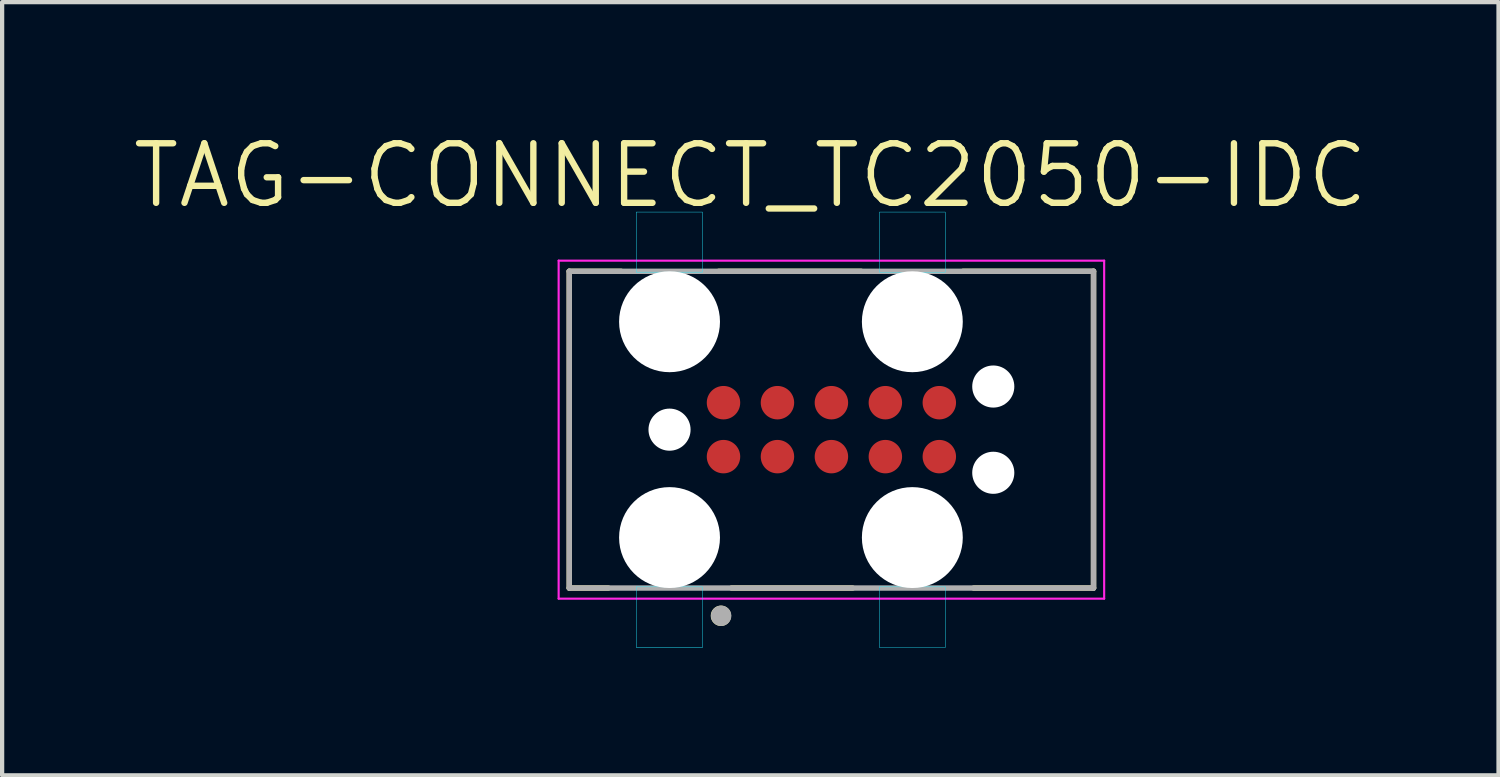
<source format=kicad_pcb>
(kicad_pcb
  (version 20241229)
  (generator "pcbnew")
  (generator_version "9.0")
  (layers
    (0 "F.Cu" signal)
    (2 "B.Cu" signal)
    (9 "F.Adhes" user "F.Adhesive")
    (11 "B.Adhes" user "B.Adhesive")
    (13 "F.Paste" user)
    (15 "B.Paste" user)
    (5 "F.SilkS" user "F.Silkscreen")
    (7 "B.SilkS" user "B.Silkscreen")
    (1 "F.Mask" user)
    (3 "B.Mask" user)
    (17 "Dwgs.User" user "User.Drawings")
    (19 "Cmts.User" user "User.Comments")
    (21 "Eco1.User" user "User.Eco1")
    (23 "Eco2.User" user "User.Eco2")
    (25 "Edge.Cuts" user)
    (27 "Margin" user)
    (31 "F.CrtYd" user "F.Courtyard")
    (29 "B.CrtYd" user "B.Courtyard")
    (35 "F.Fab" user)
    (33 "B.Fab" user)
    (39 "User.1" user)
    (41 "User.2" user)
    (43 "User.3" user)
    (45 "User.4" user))
  (footprint "TAG-CONNECT_TC2050-IDC"
    (layer "F.Cu")
    (at 16.519 7.063)
    (property "Reference" "TAG-CONNECT_TC2050-IDC" (at -1.908 -5.98 0) (layer "F.SilkS") (effects (font (size 1.402 1.402) (thickness 0.15))))
    (attr through_hole)
    (fp_line (start -6.17 -3.728) (end -4.95 -3.728) (stroke (width 0.127) (type solid)) (layer "F.SilkS"))
    (fp_line (start -6.17 3.728) (end -6.17 -3.728) (stroke (width 0.127) (type solid)) (layer "F.SilkS"))
    (fp_line (start -5.25 3.728) (end -6.17 3.728) (stroke (width 0.127) (type solid)) (layer "F.SilkS"))
    (fp_line (start -2.65 -3.728) (end 0.7 -3.728) (stroke (width 0.127) (type solid)) (layer "F.SilkS"))
    (fp_line (start 0.5 3.728) (end -2.35 3.728) (stroke (width 0.127) (type solid)) (layer "F.SilkS"))
    (fp_line (start 3.1 -3.728) (end 6.17 -3.728) (stroke (width 0.127) (type solid)) (layer "F.SilkS"))
    (fp_line (start 6.17 -3.728) (end 6.17 3.728) (stroke (width 0.127) (type solid)) (layer "F.SilkS"))
    (fp_line (start 6.17 3.728) (end 3.35 3.728) (stroke (width 0.127) (type solid)) (layer "F.SilkS"))
    (fp_circle (center -2.6 4.381) (end -2.48 4.381) (stroke (width 0.24) (type solid)) (fill no) (layer "F.SilkS"))
    (fp_poly (pts (xy -4.593 -5.122) (xy -3.035 -5.122) (xy -3.035 -3.707) (xy -4.593 -3.707)) (stroke (width 0.01) (type solid)) (fill no) (layer "B.CrtYd"))
    (fp_poly (pts (xy -4.59 3.7) (xy -3.035 3.7) (xy -3.035 5.129) (xy -4.59 5.129)) (stroke (width 0.01) (type solid)) (fill no) (layer "B.CrtYd"))
    (fp_poly (pts (xy 1.132 -5.122) (xy 2.679 -5.122) (xy 2.679 -3.706) (xy 1.132 -3.706)) (stroke (width 0.01) (type solid)) (fill no) (layer "B.CrtYd"))
    (fp_poly (pts (xy 1.132 3.7) (xy 2.679 3.7) (xy 2.679 5.13) (xy 1.132 5.13)) (stroke (width 0.01) (type solid)) (fill no) (layer "B.CrtYd"))
    (fp_line (start -6.42 -3.978) (end 6.42 -3.978) (stroke (width 0.05) (type solid)) (layer "F.CrtYd"))
    (fp_line (start -6.42 3.978) (end -6.42 -3.978) (stroke (width 0.05) (type solid)) (layer "F.CrtYd"))
    (fp_line (start 6.42 -3.978) (end 6.42 3.978) (stroke (width 0.05) (type solid)) (layer "F.CrtYd"))
    (fp_line (start 6.42 3.978) (end -6.42 3.978) (stroke (width 0.05) (type solid)) (layer "F.CrtYd"))
    (fp_line (start -6.17 -3.728) (end 6.17 -3.728) (stroke (width 0.127) (type solid)) (layer "F.Fab"))
    (fp_line (start -6.17 3.728) (end -6.17 -3.728) (stroke (width 0.127) (type solid)) (layer "F.Fab"))
    (fp_line (start 6.17 -3.728) (end 6.17 3.728) (stroke (width 0.127) (type solid)) (layer "F.Fab"))
    (fp_line (start 6.17 3.728) (end -6.17 3.728) (stroke (width 0.127) (type solid)) (layer "F.Fab"))
    (fp_circle (center -2.595 4.381) (end -2.475 4.381) (stroke (width 0.24) (type solid)) (fill no) (layer "F.Fab"))
    (pad "" np_thru_hole circle (at -3.81 -2.54) (size 2.375 2.375) (drill 2.375) (layers "*.Cu" "*.Mask"))
    (pad "" np_thru_hole circle (at -3.81 0) (size 0.991 0.991) (drill 0.991) (layers "*.Cu" "*.Mask"))
    (pad "" np_thru_hole circle (at -3.81 2.54) (size 2.375 2.375) (drill 2.375) (layers "*.Cu" "*.Mask"))
    (pad "" np_thru_hole circle (at 1.905 -2.54) (size 2.375 2.375) (drill 2.375) (layers "*.Cu" "*.Mask"))
    (pad "" np_thru_hole circle (at 1.905 2.54) (size 2.375 2.375) (drill 2.375) (layers "*.Cu" "*.Mask"))
    (pad "" np_thru_hole circle (at 3.81 -1.015) (size 0.991 0.991) (drill 0.991) (layers "*.Cu" "*.Mask"))
    (pad "" np_thru_hole circle (at 3.81 1.015) (size 0.991 0.991) (drill 0.991) (layers "*.Cu" "*.Mask"))
    (pad "1" smd circle (at -2.54 0.635) (size 0.787 0.787) (layers "F.Cu" "F.Mask"))
    (pad "2" smd circle (at -1.27 0.635) (size 0.787 0.787) (layers "F.Cu" "F.Mask"))
    (pad "3" smd circle (at 0 0.635) (size 0.787 0.787) (layers "F.Cu" "F.Mask"))
    (pad "4" smd circle (at 1.27 0.635) (size 0.787 0.787) (layers "F.Cu" "F.Mask"))
    (pad "5" smd circle (at 2.54 0.635) (size 0.787 0.787) (layers "F.Cu" "F.Mask"))
    (pad "6" smd circle (at 2.54 -0.635 180) (size 0.787 0.787) (layers "F.Cu" "F.Mask"))
    (pad "7" smd circle (at 1.27 -0.635 180) (size 0.787 0.787) (layers "F.Cu" "F.Mask"))
    (pad "8" smd circle (at 0 -0.635 180) (size 0.787 0.787) (layers "F.Cu" "F.Mask"))
    (pad "9" smd circle (at -1.27 -0.635 180) (size 0.787 0.787) (layers "F.Cu" "F.Mask"))
    (pad "10" smd circle (at -2.54 -0.635 180) (size 0.787 0.787) (layers "F.Cu" "F.Mask"))
    (zone (net_name "") (layer "F.Cu") (hatch full 0.508) (connect_pads) (min_thickness 0.0001) (filled_areas_thickness no) (keepout (tracks not_allowed) (vias not_allowed) (pads not_allowed) (copperpour not_allowed) (footprints allowed)) (placement (enabled no)) (fill) (polygon (pts (xy 13.979 7.063) (xy 13.979 7.305) (xy 19.059 7.305) (xy 19.059 6.822) (xy 13.979 6.822))))
    (zone (net_name "") (layer "F.Cu") (hatch full 0.508) (connect_pads) (min_thickness 0.0001) (filled_areas_thickness no) (keepout (tracks not_allowed) (vias not_allowed) (pads not_allowed) (copperpour not_allowed) (footprints allowed)) (placement (enabled no)) (fill) (polygon (pts (xy 13.979 7.305) (xy 15.249 7.304) (xy 15.228 7.305) (xy 15.208 7.306) (xy 15.187 7.309) (xy 15.167 7.313) (xy 15.147 7.318) (xy 15.127 7.324) (xy 15.108 7.33) (xy 15.089 7.338) (xy 15.07 7.347) (xy 15.052 7.357) (xy 15.035 7.368) (xy 15.018 7.379) (xy 15.001 7.392) (xy 14.986 7.405) (xy 14.971 7.42) (xy 14.956 7.435) (xy 14.943 7.45) (xy 14.93 7.467) (xy 14.919 7.484) (xy 14.908 7.501) (xy 14.898 7.519) (xy 14.889 7.538) (xy 14.881 7.557) (xy 14.875 7.576) (xy 14.869 7.596) (xy 14.864 7.616) (xy 14.86 7.636) (xy 14.857 7.657) (xy 14.856 7.677) (xy 14.855 7.698) (xy 14.373 7.698) (xy 14.372 7.677) (xy 14.371 7.657) (xy 14.368 7.636) (xy 14.364 7.616) (xy 14.359 7.596) (xy 14.353 7.576) (xy 14.347 7.557) (xy 14.339 7.538) (xy 14.33 7.519) (xy 14.32 7.501) (xy 14.309 7.484) (xy 14.298 7.467) (xy 14.285 7.45) (xy 14.272 7.435) (xy 14.257 7.42) (xy 14.242 7.405) (xy 14.227 7.392) (xy 14.21 7.379) (xy 14.193 7.368) (xy 14.176 7.357) (xy 14.158 7.347) (xy 14.139 7.338) (xy 14.12 7.33) (xy 14.101 7.324) (xy 14.081 7.318) (xy 14.061 7.313) (xy 14.041 7.309) (xy 14.02 7.306) (xy 14 7.305) (xy 13.979 7.304))))
    (zone (net_name "") (layer "F.Cu") (hatch full 0.508) (connect_pads) (min_thickness 0.0001) (filled_areas_thickness no) (keepout (tracks not_allowed) (vias not_allowed) (pads not_allowed) (copperpour not_allowed) (footprints allowed)) (placement (enabled no)) (fill) (polygon (pts (xy 15.249 6.822) (xy 13.979 6.822) (xy 14 6.821) (xy 14.02 6.82) (xy 14.041 6.817) (xy 14.061 6.813) (xy 14.081 6.808) (xy 14.101 6.802) (xy 14.12 6.796) (xy 14.139 6.788) (xy 14.158 6.779) (xy 14.176 6.769) (xy 14.193 6.758) (xy 14.21 6.747) (xy 14.227 6.734) (xy 14.242 6.721) (xy 14.257 6.706) (xy 14.272 6.691) (xy 14.285 6.676) (xy 14.298 6.659) (xy 14.309 6.642) (xy 14.32 6.625) (xy 14.33 6.607) (xy 14.339 6.588) (xy 14.347 6.569) (xy 14.353 6.55) (xy 14.359 6.53) (xy 14.364 6.51) (xy 14.368 6.49) (xy 14.371 6.469) (xy 14.372 6.449) (xy 14.373 6.428) (xy 14.855 6.428) (xy 14.856 6.449) (xy 14.857 6.469) (xy 14.86 6.49) (xy 14.864 6.51) (xy 14.869 6.53) (xy 14.875 6.55) (xy 14.881 6.569) (xy 14.889 6.588) (xy 14.898 6.607) (xy 14.908 6.625) (xy 14.919 6.642) (xy 14.93 6.659) (xy 14.943 6.676) (xy 14.956 6.691) (xy 14.971 6.706) (xy 14.986 6.721) (xy 15.001 6.734) (xy 15.018 6.747) (xy 15.035 6.758) (xy 15.052 6.769) (xy 15.07 6.779) (xy 15.089 6.788) (xy 15.108 6.796) (xy 15.127 6.802) (xy 15.147 6.808) (xy 15.167 6.813) (xy 15.187 6.817) (xy 15.208 6.82) (xy 15.228 6.821) (xy 15.249 6.822))))
    (zone (net_name "") (layer "F.Cu") (hatch full 0.508) (connect_pads) (min_thickness 0.0001) (filled_areas_thickness no) (keepout (tracks not_allowed) (vias not_allowed) (pads not_allowed) (copperpour not_allowed) (footprints allowed)) (placement (enabled no)) (fill) (polygon (pts (xy 15.249 7.305) (xy 16.519 7.304) (xy 16.498 7.305) (xy 16.478 7.306) (xy 16.457 7.309) (xy 16.437 7.313) (xy 16.417 7.318) (xy 16.397 7.324) (xy 16.378 7.33) (xy 16.359 7.338) (xy 16.34 7.347) (xy 16.322 7.357) (xy 16.305 7.368) (xy 16.288 7.379) (xy 16.271 7.392) (xy 16.256 7.405) (xy 16.241 7.42) (xy 16.226 7.435) (xy 16.213 7.45) (xy 16.2 7.467) (xy 16.189 7.484) (xy 16.178 7.501) (xy 16.168 7.519) (xy 16.159 7.538) (xy 16.151 7.557) (xy 16.145 7.576) (xy 16.139 7.596) (xy 16.134 7.616) (xy 16.13 7.636) (xy 16.127 7.657) (xy 16.126 7.677) (xy 16.125 7.698) (xy 15.643 7.698) (xy 15.642 7.677) (xy 15.641 7.657) (xy 15.638 7.636) (xy 15.634 7.616) (xy 15.629 7.596) (xy 15.623 7.576) (xy 15.617 7.557) (xy 15.609 7.538) (xy 15.6 7.519) (xy 15.59 7.501) (xy 15.579 7.484) (xy 15.568 7.467) (xy 15.555 7.45) (xy 15.542 7.435) (xy 15.527 7.42) (xy 15.512 7.405) (xy 15.497 7.392) (xy 15.48 7.379) (xy 15.463 7.368) (xy 15.446 7.357) (xy 15.428 7.347) (xy 15.409 7.338) (xy 15.39 7.33) (xy 15.371 7.324) (xy 15.351 7.318) (xy 15.331 7.313) (xy 15.311 7.309) (xy 15.29 7.306) (xy 15.27 7.305) (xy 15.249 7.304))))
    (zone (net_name "") (layer "F.Cu") (hatch full 0.508) (connect_pads) (min_thickness 0.0001) (filled_areas_thickness no) (keepout (tracks not_allowed) (vias not_allowed) (pads not_allowed) (copperpour not_allowed) (footprints allowed)) (placement (enabled no)) (fill) (polygon (pts (xy 16.519 6.822) (xy 15.249 6.822) (xy 15.27 6.821) (xy 15.29 6.82) (xy 15.311 6.817) (xy 15.331 6.813) (xy 15.351 6.808) (xy 15.371 6.802) (xy 15.39 6.796) (xy 15.409 6.788) (xy 15.428 6.779) (xy 15.446 6.769) (xy 15.463 6.758) (xy 15.48 6.747) (xy 15.497 6.734) (xy 15.512 6.721) (xy 15.527 6.706) (xy 15.542 6.691) (xy 15.555 6.676) (xy 15.568 6.659) (xy 15.579 6.642) (xy 15.59 6.625) (xy 15.6 6.607) (xy 15.609 6.588) (xy 15.617 6.569) (xy 15.623 6.55) (xy 15.629 6.53) (xy 15.634 6.51) (xy 15.638 6.49) (xy 15.641 6.469) (xy 15.642 6.449) (xy 15.643 6.428) (xy 16.125 6.428) (xy 16.126 6.449) (xy 16.127 6.469) (xy 16.13 6.49) (xy 16.134 6.51) (xy 16.139 6.53) (xy 16.145 6.55) (xy 16.151 6.569) (xy 16.159 6.588) (xy 16.168 6.607) (xy 16.178 6.625) (xy 16.189 6.642) (xy 16.2 6.659) (xy 16.213 6.676) (xy 16.226 6.691) (xy 16.241 6.706) (xy 16.256 6.721) (xy 16.271 6.734) (xy 16.288 6.747) (xy 16.305 6.758) (xy 16.322 6.769) (xy 16.34 6.779) (xy 16.359 6.788) (xy 16.378 6.796) (xy 16.397 6.802) (xy 16.417 6.808) (xy 16.437 6.813) (xy 16.457 6.817) (xy 16.478 6.82) (xy 16.498 6.821) (xy 16.519 6.822))))
    (zone (net_name "") (layer "F.Cu") (hatch full 0.508) (connect_pads) (min_thickness 0.0001) (filled_areas_thickness no) (keepout (tracks not_allowed) (vias not_allowed) (pads not_allowed) (copperpour not_allowed) (footprints allowed)) (placement (enabled no)) (fill) (polygon (pts (xy 16.519 7.305) (xy 17.789 7.304) (xy 17.768 7.305) (xy 17.748 7.306) (xy 17.727 7.309) (xy 17.707 7.313) (xy 17.687 7.318) (xy 17.667 7.324) (xy 17.648 7.33) (xy 17.629 7.338) (xy 17.61 7.347) (xy 17.592 7.357) (xy 17.575 7.368) (xy 17.558 7.379) (xy 17.541 7.392) (xy 17.526 7.405) (xy 17.511 7.42) (xy 17.496 7.435) (xy 17.483 7.45) (xy 17.47 7.467) (xy 17.459 7.484) (xy 17.448 7.501) (xy 17.438 7.519) (xy 17.429 7.538) (xy 17.421 7.557) (xy 17.415 7.576) (xy 17.409 7.596) (xy 17.404 7.616) (xy 17.4 7.636) (xy 17.397 7.657) (xy 17.396 7.677) (xy 17.395 7.698) (xy 16.913 7.698) (xy 16.912 7.677) (xy 16.911 7.657) (xy 16.908 7.636) (xy 16.904 7.616) (xy 16.899 7.596) (xy 16.893 7.576) (xy 16.887 7.557) (xy 16.879 7.538) (xy 16.87 7.519) (xy 16.86 7.501) (xy 16.849 7.484) (xy 16.838 7.467) (xy 16.825 7.45) (xy 16.812 7.435) (xy 16.797 7.42) (xy 16.782 7.405) (xy 16.767 7.392) (xy 16.75 7.379) (xy 16.733 7.368) (xy 16.716 7.357) (xy 16.698 7.347) (xy 16.679 7.338) (xy 16.66 7.33) (xy 16.641 7.324) (xy 16.621 7.318) (xy 16.601 7.313) (xy 16.581 7.309) (xy 16.56 7.306) (xy 16.54 7.305) (xy 16.519 7.304))))
    (zone (net_name "") (layer "F.Cu") (hatch full 0.508) (connect_pads) (min_thickness 0.0001) (filled_areas_thickness no) (keepout (tracks not_allowed) (vias not_allowed) (pads not_allowed) (copperpour not_allowed) (footprints allowed)) (placement (enabled no)) (fill) (polygon (pts (xy 17.789 6.822) (xy 16.519 6.822) (xy 16.54 6.821) (xy 16.56 6.82) (xy 16.581 6.817) (xy 16.601 6.813) (xy 16.621 6.808) (xy 16.641 6.802) (xy 16.66 6.796) (xy 16.679 6.788) (xy 16.698 6.779) (xy 16.716 6.769) (xy 16.733 6.758) (xy 16.75 6.747) (xy 16.767 6.734) (xy 16.782 6.721) (xy 16.797 6.706) (xy 16.812 6.691) (xy 16.825 6.676) (xy 16.838 6.659) (xy 16.849 6.642) (xy 16.86 6.625) (xy 16.87 6.607) (xy 16.879 6.588) (xy 16.887 6.569) (xy 16.893 6.55) (xy 16.899 6.53) (xy 16.904 6.51) (xy 16.908 6.49) (xy 16.911 6.469) (xy 16.912 6.449) (xy 16.913 6.428) (xy 17.395 6.428) (xy 17.396 6.449) (xy 17.397 6.469) (xy 17.4 6.49) (xy 17.404 6.51) (xy 17.409 6.53) (xy 17.415 6.55) (xy 17.421 6.569) (xy 17.429 6.588) (xy 17.438 6.607) (xy 17.448 6.625) (xy 17.459 6.642) (xy 17.47 6.659) (xy 17.483 6.676) (xy 17.496 6.691) (xy 17.511 6.706) (xy 17.526 6.721) (xy 17.541 6.734) (xy 17.558 6.747) (xy 17.575 6.758) (xy 17.592 6.769) (xy 17.61 6.779) (xy 17.629 6.788) (xy 17.648 6.796) (xy 17.667 6.802) (xy 17.687 6.808) (xy 17.707 6.813) (xy 17.727 6.817) (xy 17.748 6.82) (xy 17.768 6.821) (xy 17.789 6.822))))
    (zone (net_name "") (layer "F.Cu") (hatch full 0.508) (connect_pads) (min_thickness 0.0001) (filled_areas_thickness no) (keepout (tracks not_allowed) (vias not_allowed) (pads not_allowed) (copperpour not_allowed) (footprints allowed)) (placement (enabled no)) (fill) (polygon (pts (xy 17.789 7.305) (xy 19.059 7.304) (xy 19.038 7.305) (xy 19.018 7.306) (xy 18.997 7.309) (xy 18.977 7.313) (xy 18.957 7.318) (xy 18.937 7.324) (xy 18.918 7.33) (xy 18.899 7.338) (xy 18.88 7.347) (xy 18.862 7.357) (xy 18.845 7.368) (xy 18.828 7.379) (xy 18.811 7.392) (xy 18.796 7.405) (xy 18.781 7.42) (xy 18.766 7.435) (xy 18.753 7.45) (xy 18.74 7.467) (xy 18.729 7.484) (xy 18.718 7.501) (xy 18.708 7.519) (xy 18.699 7.538) (xy 18.691 7.557) (xy 18.685 7.576) (xy 18.679 7.596) (xy 18.674 7.616) (xy 18.67 7.636) (xy 18.667 7.657) (xy 18.666 7.677) (xy 18.665 7.698) (xy 18.183 7.698) (xy 18.182 7.677) (xy 18.181 7.657) (xy 18.178 7.636) (xy 18.174 7.616) (xy 18.169 7.596) (xy 18.163 7.576) (xy 18.157 7.557) (xy 18.149 7.538) (xy 18.14 7.519) (xy 18.13 7.501) (xy 18.119 7.484) (xy 18.108 7.467) (xy 18.095 7.45) (xy 18.082 7.435) (xy 18.067 7.42) (xy 18.052 7.405) (xy 18.037 7.392) (xy 18.02 7.379) (xy 18.003 7.368) (xy 17.986 7.357) (xy 17.968 7.347) (xy 17.949 7.338) (xy 17.93 7.33) (xy 17.911 7.324) (xy 17.891 7.318) (xy 17.871 7.313) (xy 17.851 7.309) (xy 17.83 7.306) (xy 17.81 7.305) (xy 17.789 7.304))))
    (zone (net_name "") (layer "F.Cu") (hatch full 0.508) (connect_pads) (min_thickness 0.0001) (filled_areas_thickness no) (keepout (tracks not_allowed) (vias not_allowed) (pads not_allowed) (copperpour not_allowed) (footprints allowed)) (placement (enabled no)) (fill) (polygon (pts (xy 19.059 6.822) (xy 17.789 6.822) (xy 17.81 6.821) (xy 17.83 6.82) (xy 17.851 6.817) (xy 17.871 6.813) (xy 17.891 6.808) (xy 17.911 6.802) (xy 17.93 6.796) (xy 17.949 6.788) (xy 17.968 6.779) (xy 17.986 6.769) (xy 18.003 6.758) (xy 18.02 6.747) (xy 18.037 6.734) (xy 18.052 6.721) (xy 18.067 6.706) (xy 18.082 6.691) (xy 18.095 6.676) (xy 18.108 6.659) (xy 18.119 6.642) (xy 18.13 6.625) (xy 18.14 6.607) (xy 18.149 6.588) (xy 18.157 6.569) (xy 18.163 6.55) (xy 18.169 6.53) (xy 18.174 6.51) (xy 18.178 6.49) (xy 18.181 6.469) (xy 18.182 6.449) (xy 18.183 6.428) (xy 18.665 6.428) (xy 18.666 6.449) (xy 18.667 6.469) (xy 18.67 6.49) (xy 18.674 6.51) (xy 18.679 6.53) (xy 18.685 6.55) (xy 18.691 6.569) (xy 18.699 6.588) (xy 18.708 6.607) (xy 18.718 6.625) (xy 18.729 6.642) (xy 18.74 6.659) (xy 18.753 6.676) (xy 18.766 6.691) (xy 18.781 6.706) (xy 18.796 6.721) (xy 18.811 6.734) (xy 18.828 6.747) (xy 18.845 6.758) (xy 18.862 6.769) (xy 18.88 6.779) (xy 18.899 6.788) (xy 18.918 6.796) (xy 18.937 6.802) (xy 18.957 6.808) (xy 18.977 6.813) (xy 18.997 6.817) (xy 19.018 6.82) (xy 19.038 6.821) (xy 19.059 6.822))))
    (zone (net_name "") (layers "F.Cu" "B.Cu") (hatch full 0.508) (connect_pads) (min_thickness 0.0001) (filled_areas_thickness no) (keepout (tracks allowed) (vias not_allowed) (pads allowed) (copperpour allowed) (footprints allowed)) (placement (enabled no)) (fill) (polygon (pts (xy 13.979 6.822) (xy 13.979 7.305) (xy 19.059 7.305) (xy 19.059 6.822))))
    (zone (net_name "") (layers "F.Cu" "B.Cu") (hatch full 0.508) (connect_pads) (min_thickness 0.0001) (filled_areas_thickness no) (keepout (tracks allowed) (vias not_allowed) (pads allowed) (copperpour allowed) (footprints allowed)) (placement (enabled no)) (fill) (polygon (pts (xy 13.979 7.305) (xy 15.249 7.304) (xy 15.228 7.305) (xy 15.208 7.306) (xy 15.187 7.309) (xy 15.167 7.313) (xy 15.147 7.318) (xy 15.127 7.324) (xy 15.108 7.33) (xy 15.089 7.338) (xy 15.07 7.347) (xy 15.052 7.357) (xy 15.035 7.368) (xy 15.018 7.379) (xy 15.001 7.392) (xy 14.986 7.405) (xy 14.971 7.42) (xy 14.956 7.435) (xy 14.943 7.45) (xy 14.93 7.467) (xy 14.919 7.484) (xy 14.908 7.501) (xy 14.898 7.519) (xy 14.889 7.538) (xy 14.881 7.557) (xy 14.875 7.576) (xy 14.869 7.596) (xy 14.864 7.616) (xy 14.86 7.636) (xy 14.857 7.657) (xy 14.856 7.677) (xy 14.855 7.698) (xy 14.373 7.698) (xy 14.372 7.677) (xy 14.371 7.657) (xy 14.368 7.636) (xy 14.364 7.616) (xy 14.359 7.596) (xy 14.353 7.576) (xy 14.347 7.557) (xy 14.339 7.538) (xy 14.33 7.519) (xy 14.32 7.501) (xy 14.309 7.484) (xy 14.298 7.467) (xy 14.285 7.45) (xy 14.272 7.435) (xy 14.257 7.42) (xy 14.242 7.405) (xy 14.227 7.392) (xy 14.21 7.379) (xy 14.193 7.368) (xy 14.176 7.357) (xy 14.158 7.347) (xy 14.139 7.338) (xy 14.12 7.33) (xy 14.101 7.324) (xy 14.081 7.318) (xy 14.061 7.313) (xy 14.041 7.309) (xy 14.02 7.306) (xy 14 7.305) (xy 13.979 7.304))))
    (zone (net_name "") (layers "F.Cu" "B.Cu") (hatch full 0.508) (connect_pads) (min_thickness 0.0001) (filled_areas_thickness no) (keepout (tracks allowed) (vias not_allowed) (pads allowed) (copperpour allowed) (footprints allowed)) (placement (enabled no)) (fill) (polygon (pts (xy 15.249 6.822) (xy 13.979 6.822) (xy 14 6.821) (xy 14.02 6.82) (xy 14.041 6.817) (xy 14.061 6.813) (xy 14.081 6.808) (xy 14.101 6.802) (xy 14.12 6.796) (xy 14.139 6.788) (xy 14.158 6.779) (xy 14.176 6.769) (xy 14.193 6.758) (xy 14.21 6.747) (xy 14.227 6.734) (xy 14.242 6.721) (xy 14.257 6.706) (xy 14.272 6.691) (xy 14.285 6.676) (xy 14.298 6.659) (xy 14.309 6.642) (xy 14.32 6.625) (xy 14.33 6.607) (xy 14.339 6.588) (xy 14.347 6.569) (xy 14.353 6.55) (xy 14.359 6.53) (xy 14.364 6.51) (xy 14.368 6.49) (xy 14.371 6.469) (xy 14.372 6.449) (xy 14.373 6.428) (xy 14.855 6.428) (xy 14.856 6.449) (xy 14.857 6.469) (xy 14.86 6.49) (xy 14.864 6.51) (xy 14.869 6.53) (xy 14.875 6.55) (xy 14.881 6.569) (xy 14.889 6.588) (xy 14.898 6.607) (xy 14.908 6.625) (xy 14.919 6.642) (xy 14.93 6.659) (xy 14.943 6.676) (xy 14.956 6.691) (xy 14.971 6.706) (xy 14.986 6.721) (xy 15.001 6.734) (xy 15.018 6.747) (xy 15.035 6.758) (xy 15.052 6.769) (xy 15.07 6.779) (xy 15.089 6.788) (xy 15.108 6.796) (xy 15.127 6.802) (xy 15.147 6.808) (xy 15.167 6.813) (xy 15.187 6.817) (xy 15.208 6.82) (xy 15.228 6.821) (xy 15.249 6.822))))
    (zone (net_name "") (layers "F.Cu" "B.Cu") (hatch full 0.508) (connect_pads) (min_thickness 0.0001) (filled_areas_thickness no) (keepout (tracks allowed) (vias not_allowed) (pads allowed) (copperpour allowed) (footprints allowed)) (placement (enabled no)) (fill) (polygon (pts (xy 15.249 7.305) (xy 16.519 7.304) (xy 16.498 7.305) (xy 16.478 7.306) (xy 16.457 7.309) (xy 16.437 7.313) (xy 16.417 7.318) (xy 16.397 7.324) (xy 16.378 7.33) (xy 16.359 7.338) (xy 16.34 7.347) (xy 16.322 7.357) (xy 16.305 7.368) (xy 16.288 7.379) (xy 16.271 7.392) (xy 16.256 7.405) (xy 16.241 7.42) (xy 16.226 7.435) (xy 16.213 7.45) (xy 16.2 7.467) (xy 16.189 7.484) (xy 16.178 7.501) (xy 16.168 7.519) (xy 16.159 7.538) (xy 16.151 7.557) (xy 16.145 7.576) (xy 16.139 7.596) (xy 16.134 7.616) (xy 16.13 7.636) (xy 16.127 7.657) (xy 16.126 7.677) (xy 16.125 7.698) (xy 15.643 7.698) (xy 15.642 7.677) (xy 15.641 7.657) (xy 15.638 7.636) (xy 15.634 7.616) (xy 15.629 7.596) (xy 15.623 7.576) (xy 15.617 7.557) (xy 15.609 7.538) (xy 15.6 7.519) (xy 15.59 7.501) (xy 15.579 7.484) (xy 15.568 7.467) (xy 15.555 7.45) (xy 15.542 7.435) (xy 15.527 7.42) (xy 15.512 7.405) (xy 15.497 7.392) (xy 15.48 7.379) (xy 15.463 7.368) (xy 15.446 7.357) (xy 15.428 7.347) (xy 15.409 7.338) (xy 15.39 7.33) (xy 15.371 7.324) (xy 15.351 7.318) (xy 15.331 7.313) (xy 15.311 7.309) (xy 15.29 7.306) (xy 15.27 7.305) (xy 15.249 7.304))))
    (zone (net_name "") (layers "F.Cu" "B.Cu") (hatch full 0.508) (connect_pads) (min_thickness 0.0001) (filled_areas_thickness no) (keepout (tracks allowed) (vias not_allowed) (pads allowed) (copperpour allowed) (footprints allowed)) (placement (enabled no)) (fill) (polygon (pts (xy 16.519 6.822) (xy 15.249 6.822) (xy 15.27 6.821) (xy 15.29 6.82) (xy 15.311 6.817) (xy 15.331 6.813) (xy 15.351 6.808) (xy 15.371 6.802) (xy 15.39 6.796) (xy 15.409 6.788) (xy 15.428 6.779) (xy 15.446 6.769) (xy 15.463 6.758) (xy 15.48 6.747) (xy 15.497 6.734) (xy 15.512 6.721) (xy 15.527 6.706) (xy 15.542 6.691) (xy 15.555 6.676) (xy 15.568 6.659) (xy 15.579 6.642) (xy 15.59 6.625) (xy 15.6 6.607) (xy 15.609 6.588) (xy 15.617 6.569) (xy 15.623 6.55) (xy 15.629 6.53) (xy 15.634 6.51) (xy 15.638 6.49) (xy 15.641 6.469) (xy 15.642 6.449) (xy 15.643 6.428) (xy 16.125 6.428) (xy 16.126 6.449) (xy 16.127 6.469) (xy 16.13 6.49) (xy 16.134 6.51) (xy 16.139 6.53) (xy 16.145 6.55) (xy 16.151 6.569) (xy 16.159 6.588) (xy 16.168 6.607) (xy 16.178 6.625) (xy 16.189 6.642) (xy 16.2 6.659) (xy 16.213 6.676) (xy 16.226 6.691) (xy 16.241 6.706) (xy 16.256 6.721) (xy 16.271 6.734) (xy 16.288 6.747) (xy 16.305 6.758) (xy 16.322 6.769) (xy 16.34 6.779) (xy 16.359 6.788) (xy 16.378 6.796) (xy 16.397 6.802) (xy 16.417 6.808) (xy 16.437 6.813) (xy 16.457 6.817) (xy 16.478 6.82) (xy 16.498 6.821) (xy 16.519 6.822))))
    (zone (net_name "") (layers "F.Cu" "B.Cu") (hatch full 0.508) (connect_pads) (min_thickness 0.0001) (filled_areas_thickness no) (keepout (tracks allowed) (vias not_allowed) (pads allowed) (copperpour allowed) (footprints allowed)) (placement (enabled no)) (fill) (polygon (pts (xy 16.519 7.305) (xy 17.789 7.304) (xy 17.768 7.305) (xy 17.748 7.306) (xy 17.727 7.309) (xy 17.707 7.313) (xy 17.687 7.318) (xy 17.667 7.324) (xy 17.648 7.33) (xy 17.629 7.338) (xy 17.61 7.347) (xy 17.592 7.357) (xy 17.575 7.368) (xy 17.558 7.379) (xy 17.541 7.392) (xy 17.526 7.405) (xy 17.511 7.42) (xy 17.496 7.435) (xy 17.483 7.45) (xy 17.47 7.467) (xy 17.459 7.484) (xy 17.448 7.501) (xy 17.438 7.519) (xy 17.429 7.538) (xy 17.421 7.557) (xy 17.415 7.576) (xy 17.409 7.596) (xy 17.404 7.616) (xy 17.4 7.636) (xy 17.397 7.657) (xy 17.396 7.677) (xy 17.395 7.698) (xy 16.913 7.698) (xy 16.912 7.677) (xy 16.911 7.657) (xy 16.908 7.636) (xy 16.904 7.616) (xy 16.899 7.596) (xy 16.893 7.576) (xy 16.887 7.557) (xy 16.879 7.538) (xy 16.87 7.519) (xy 16.86 7.501) (xy 16.849 7.484) (xy 16.838 7.467) (xy 16.825 7.45) (xy 16.812 7.435) (xy 16.797 7.42) (xy 16.782 7.405) (xy 16.767 7.392) (xy 16.75 7.379) (xy 16.733 7.368) (xy 16.716 7.357) (xy 16.698 7.347) (xy 16.679 7.338) (xy 16.66 7.33) (xy 16.641 7.324) (xy 16.621 7.318) (xy 16.601 7.313) (xy 16.581 7.309) (xy 16.56 7.306) (xy 16.54 7.305) (xy 16.519 7.304))))
    (zone (net_name "") (layers "F.Cu" "B.Cu") (hatch full 0.508) (connect_pads) (min_thickness 0.0001) (filled_areas_thickness no) (keepout (tracks allowed) (vias not_allowed) (pads allowed) (copperpour allowed) (footprints allowed)) (placement (enabled no)) (fill) (polygon (pts (xy 17.789 6.822) (xy 16.519 6.822) (xy 16.54 6.821) (xy 16.56 6.82) (xy 16.581 6.817) (xy 16.601 6.813) (xy 16.621 6.808) (xy 16.641 6.802) (xy 16.66 6.796) (xy 16.679 6.788) (xy 16.698 6.779) (xy 16.716 6.769) (xy 16.733 6.758) (xy 16.75 6.747) (xy 16.767 6.734) (xy 16.782 6.721) (xy 16.797 6.706) (xy 16.812 6.691) (xy 16.825 6.676) (xy 16.838 6.659) (xy 16.849 6.642) (xy 16.86 6.625) (xy 16.87 6.607) (xy 16.879 6.588) (xy 16.887 6.569) (xy 16.893 6.55) (xy 16.899 6.53) (xy 16.904 6.51) (xy 16.908 6.49) (xy 16.911 6.469) (xy 16.912 6.449) (xy 16.913 6.428) (xy 17.395 6.428) (xy 17.396 6.449) (xy 17.397 6.469) (xy 17.4 6.49) (xy 17.404 6.51) (xy 17.409 6.53) (xy 17.415 6.55) (xy 17.421 6.569) (xy 17.429 6.588) (xy 17.438 6.607) (xy 17.448 6.625) (xy 17.459 6.642) (xy 17.47 6.659) (xy 17.483 6.676) (xy 17.496 6.691) (xy 17.511 6.706) (xy 17.526 6.721) (xy 17.541 6.734) (xy 17.558 6.747) (xy 17.575 6.758) (xy 17.592 6.769) (xy 17.61 6.779) (xy 17.629 6.788) (xy 17.648 6.796) (xy 17.667 6.802) (xy 17.687 6.808) (xy 17.707 6.813) (xy 17.727 6.817) (xy 17.748 6.82) (xy 17.768 6.821) (xy 17.789 6.822))))
    (zone (net_name "") (layers "F.Cu" "B.Cu") (hatch full 0.508) (connect_pads) (min_thickness 0.0001) (filled_areas_thickness no) (keepout (tracks allowed) (vias not_allowed) (pads allowed) (copperpour allowed) (footprints allowed)) (placement (enabled no)) (fill) (polygon (pts (xy 17.789 7.305) (xy 19.059 7.304) (xy 19.038 7.305) (xy 19.018 7.306) (xy 18.997 7.309) (xy 18.977 7.313) (xy 18.957 7.318) (xy 18.937 7.324) (xy 18.918 7.33) (xy 18.899 7.338) (xy 18.88 7.347) (xy 18.862 7.357) (xy 18.845 7.368) (xy 18.828 7.379) (xy 18.811 7.392) (xy 18.796 7.405) (xy 18.781 7.42) (xy 18.766 7.435) (xy 18.753 7.45) (xy 18.74 7.467) (xy 18.729 7.484) (xy 18.718 7.501) (xy 18.708 7.519) (xy 18.699 7.538) (xy 18.691 7.557) (xy 18.685 7.576) (xy 18.679 7.596) (xy 18.674 7.616) (xy 18.67 7.636) (xy 18.667 7.657) (xy 18.666 7.677) (xy 18.665 7.698) (xy 18.183 7.698) (xy 18.182 7.677) (xy 18.181 7.657) (xy 18.178 7.636) (xy 18.174 7.616) (xy 18.169 7.596) (xy 18.163 7.576) (xy 18.157 7.557) (xy 18.149 7.538) (xy 18.14 7.519) (xy 18.13 7.501) (xy 18.119 7.484) (xy 18.108 7.467) (xy 18.095 7.45) (xy 18.082 7.435) (xy 18.067 7.42) (xy 18.052 7.405) (xy 18.037 7.392) (xy 18.02 7.379) (xy 18.003 7.368) (xy 17.986 7.357) (xy 17.968 7.347) (xy 17.949 7.338) (xy 17.93 7.33) (xy 17.911 7.324) (xy 17.891 7.318) (xy 17.871 7.313) (xy 17.851 7.309) (xy 17.83 7.306) (xy 17.81 7.305) (xy 17.789 7.304))))
    (zone (net_name "") (layers "F.Cu" "B.Cu") (hatch full 0.508) (connect_pads) (min_thickness 0.0001) (filled_areas_thickness no) (keepout (tracks allowed) (vias not_allowed) (pads allowed) (copperpour allowed) (footprints allowed)) (placement (enabled no)) (fill) (polygon (pts (xy 19.059 6.822) (xy 17.789 6.822) (xy 17.81 6.821) (xy 17.83 6.82) (xy 17.851 6.817) (xy 17.871 6.813) (xy 17.891 6.808) (xy 17.911 6.802) (xy 17.93 6.796) (xy 17.949 6.788) (xy 17.968 6.779) (xy 17.986 6.769) (xy 18.003 6.758) (xy 18.02 6.747) (xy 18.037 6.734) (xy 18.052 6.721) (xy 18.067 6.706) (xy 18.082 6.691) (xy 18.095 6.676) (xy 18.108 6.659) (xy 18.119 6.642) (xy 18.13 6.625) (xy 18.14 6.607) (xy 18.149 6.588) (xy 18.157 6.569) (xy 18.163 6.55) (xy 18.169 6.53) (xy 18.174 6.51) (xy 18.178 6.49) (xy 18.181 6.469) (xy 18.182 6.449) (xy 18.183 6.428) (xy 18.665 6.428) (xy 18.666 6.449) (xy 18.667 6.469) (xy 18.67 6.49) (xy 18.674 6.51) (xy 18.679 6.53) (xy 18.685 6.55) (xy 18.691 6.569) (xy 18.699 6.588) (xy 18.708 6.607) (xy 18.718 6.625) (xy 18.729 6.642) (xy 18.74 6.659) (xy 18.753 6.676) (xy 18.766 6.691) (xy 18.781 6.706) (xy 18.796 6.721) (xy 18.811 6.734) (xy 18.828 6.747) (xy 18.845 6.758) (xy 18.862 6.769) (xy 18.88 6.779) (xy 18.899 6.788) (xy 18.918 6.796) (xy 18.937 6.802) (xy 18.957 6.808) (xy 18.977 6.813) (xy 18.997 6.817) (xy 19.018 6.82) (xy 19.038 6.821) (xy 19.059 6.822)))))
  (gr_rect
    (start -3 -3)
    (end 32.221 15.199)
    (stroke (width 0.1) (type default))
    (fill no)
    (layer "Edge.Cuts")))
</source>
